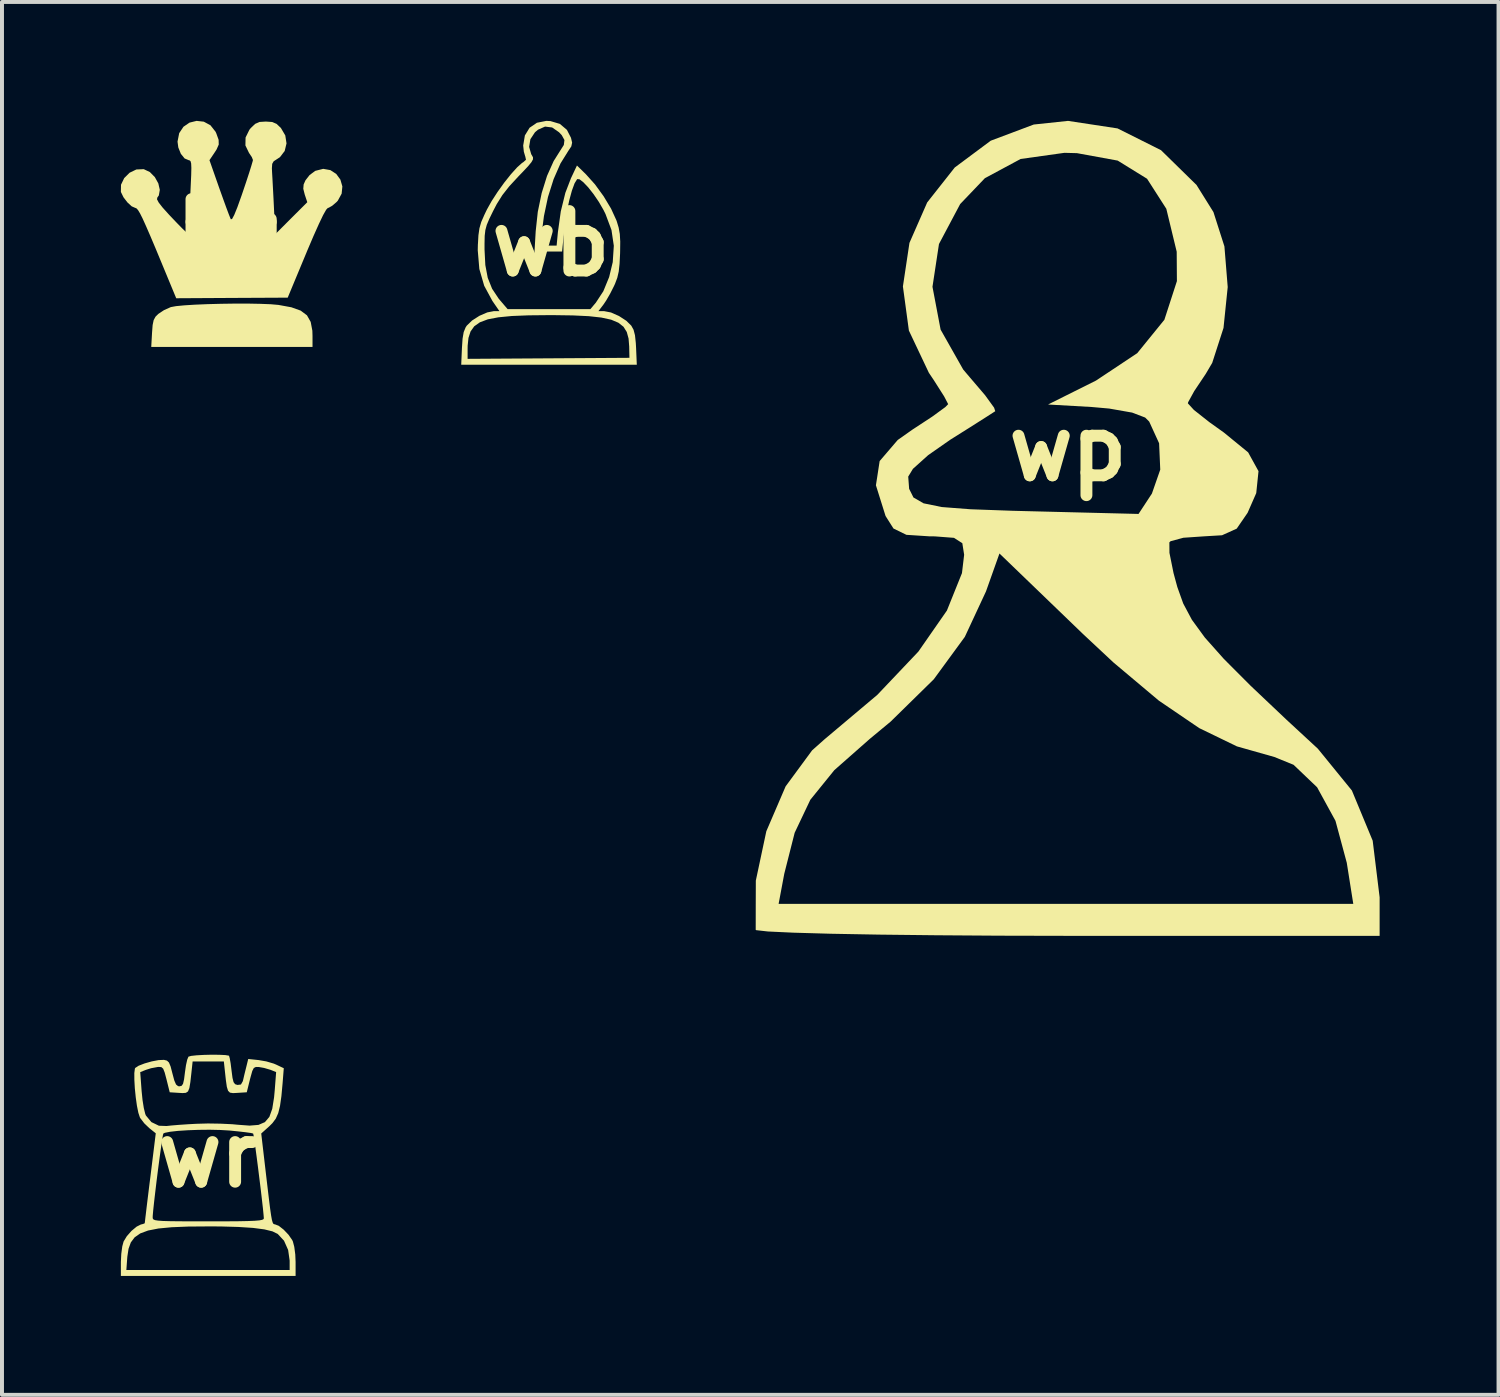
<source format=kicad_pcb>
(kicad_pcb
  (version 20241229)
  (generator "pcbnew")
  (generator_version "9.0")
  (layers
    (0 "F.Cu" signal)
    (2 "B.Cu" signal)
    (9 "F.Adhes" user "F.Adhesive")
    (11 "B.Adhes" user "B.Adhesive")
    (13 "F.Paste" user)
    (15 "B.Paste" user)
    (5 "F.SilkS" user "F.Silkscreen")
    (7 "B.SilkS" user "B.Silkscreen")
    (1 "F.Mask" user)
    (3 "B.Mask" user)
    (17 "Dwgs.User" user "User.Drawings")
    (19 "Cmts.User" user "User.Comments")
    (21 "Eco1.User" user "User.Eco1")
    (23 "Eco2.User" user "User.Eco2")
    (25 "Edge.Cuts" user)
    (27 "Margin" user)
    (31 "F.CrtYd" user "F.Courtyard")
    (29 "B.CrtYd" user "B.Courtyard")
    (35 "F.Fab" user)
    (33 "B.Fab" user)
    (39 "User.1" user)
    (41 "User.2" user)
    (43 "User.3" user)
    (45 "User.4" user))
  (footprint "wr"
    (layer "F.Cu")
    (at 2.204 26.087)
    (property "Reference" "wr" (at 0 0 0) (layer "F.SilkS") (effects (font (size 1.5 1.5) (thickness 0.3))))
    (attr board_only exclude_from_pos_files exclude_from_bom)
    (fp_poly (pts (xy 0.278 -2.524) (xy 0.43 -2.517) (xy 0.516 -2.503) (xy 0.525 -2.498) (xy 0.542 -2.439) (xy 0.565 -2.309) (xy 0.587 -2.134) (xy 0.588 -2.126) (xy 0.612 -1.941) (xy 0.639 -1.834) (xy 0.678 -1.782) (xy 0.737 -1.763) (xy 0.825 -1.774) (xy 0.872 -1.857) (xy 0.88 -1.888) (xy 0.914 -2.034) (xy 0.956 -2.203) (xy 0.961 -2.223) (xy 1.009 -2.418) (xy 1.269 -2.391) (xy 1.465 -2.357) (xy 1.655 -2.301) (xy 1.718 -2.274) (xy 1.906 -2.185) (xy 1.876 -1.806) (xy 1.846 -1.48) (xy 1.811 -1.234) (xy 1.766 -1.052) (xy 1.704 -0.913) (xy 1.62 -0.8) (xy 1.543 -0.723) (xy 1.337 -0.538) (xy 1.449 0.42) (xy 1.496 0.819) (xy 1.533 1.129) (xy 1.562 1.361) (xy 1.586 1.528) (xy 1.606 1.639) (xy 1.625 1.706) (xy 1.643 1.74) (xy 1.664 1.752) (xy 1.681 1.753) (xy 1.779 1.791) (xy 1.903 1.888) (xy 2.025 2.016) (xy 2.118 2.15) (xy 2.136 2.188) (xy 2.171 2.323) (xy 2.196 2.515) (xy 2.204 2.704) (xy 2.204 3.056) (xy 0 3.056) (xy -2.204 3.056) (xy -2.204 2.906) (xy -2.066 2.906) (xy -0.006 2.906) (xy 2.054 2.906) (xy 2.054 2.668) (xy 2.016 2.401) (xy 1.912 2.167) (xy 1.753 1.996) (xy 1.62 1.931) (xy 1.415 1.881) (xy 1.132 1.844) (xy 0.764 1.82) (xy 0.307 1.807) (xy 0 1.806) (xy -0.507 1.81) (xy -0.923 1.827) (xy -1.257 1.859) (xy -1.518 1.91) (xy -1.715 1.983) (xy -1.857 2.082) (xy -1.953 2.21) (xy -2.011 2.371) (xy -2.041 2.569) (xy -2.044 2.604) (xy -2.066 2.906) (xy -2.204 2.906) (xy -2.204 2.704) (xy -2.194 2.498) (xy -2.169 2.31) (xy -2.136 2.188) (xy -2.055 2.054) (xy -1.936 1.919) (xy -1.807 1.812) (xy -1.696 1.756) (xy -1.674 1.753) (xy -1.609 1.732) (xy -1.601 1.716) (xy -1.594 1.657) (xy -1.585 1.578) (xy -1.402 1.578) (xy -1.399 1.607) (xy -1.383 1.63) (xy -1.342 1.648) (xy -1.266 1.66) (xy -1.144 1.669) (xy -0.965 1.674) (xy -0.718 1.677) (xy -0.391 1.678) (xy -0.000013 1.678) (xy 0.416 1.678) (xy 0.743 1.676) (xy 0.991 1.671) (xy 1.169 1.664) (xy 1.289 1.654) (xy 1.361 1.64) (xy 1.395 1.622) (xy 1.403 1.603) (xy 1.396 1.515) (xy 1.38 1.352) (xy 1.355 1.133) (xy 1.325 0.874) (xy 1.29 0.594) (xy 1.255 0.311) (xy 1.22 0.042) (xy 1.188 -0.195) (xy 1.161 -0.382) (xy 1.142 -0.502) (xy 1.133 -0.537) (xy 1.077 -0.551) (xy 0.941 -0.57) (xy 0.747 -0.592) (xy 0.537 -0.613) (xy 0.303 -0.627) (xy 0.035 -0.633) (xy -0.245 -0.63) (xy -0.518 -0.62) (xy -0.764 -0.604) (xy -0.962 -0.582) (xy -1.093 -0.556) (xy -1.133 -0.537) (xy -1.146 -0.483) (xy -1.168 -0.346) (xy -1.197 -0.146) (xy -1.231 0.1) (xy -1.267 0.373) (xy -1.303 0.657) (xy -1.336 0.932) (xy -1.365 1.182) (xy -1.387 1.387) (xy -1.4 1.531) (xy -1.402 1.578) (xy -1.585 1.578) (xy -1.577 1.514) (xy -1.552 1.301) (xy -1.519 1.032) (xy -1.481 0.723) (xy -1.461 0.568) (xy -1.324 -0.543) (xy -1.488 -0.674) (xy -1.614 -0.795) (xy -1.713 -0.924) (xy -1.725 -0.945) (xy -1.763 -1.06) (xy -1.799 -1.237) (xy -1.829 -1.451) (xy -1.852 -1.677) (xy -1.864 -1.89) (xy -1.865 -2.063) (xy -1.862 -2.087) (xy -1.716 -2.087) (xy -1.681 -1.61) (xy -1.658 -1.384) (xy -1.626 -1.182) (xy -1.59 -1.035) (xy -1.574 -0.994) (xy -1.435 -0.826) (xy -1.244 -0.734) (xy -1.052 -0.727) (xy -0.931 -0.74) (xy -0.738 -0.756) (xy -0.502 -0.772) (xy -0.301 -0.783) (xy -0.006 -0.791) (xy 0.312 -0.786) (xy 0.606 -0.772) (xy 0.745 -0.759) (xy 1.043 -0.737) (xy 1.267 -0.755) (xy 1.43 -0.825) (xy 1.542 -0.957) (xy 1.615 -1.161) (xy 1.661 -1.449) (xy 1.678 -1.633) (xy 1.713 -2.088) (xy 1.57 -2.145) (xy 1.41 -2.192) (xy 1.281 -2.215) (xy 1.202 -2.217) (xy 1.15 -2.191) (xy 1.111 -2.115) (xy 1.07 -1.968) (xy 1.053 -1.904) (xy 0.972 -1.578) (xy 0.738 -1.563) (xy 0.624 -1.557) (xy 0.548 -1.569) (xy 0.5 -1.616) (xy 0.469 -1.716) (xy 0.445 -1.884) (xy 0.425 -2.067) (xy 0.394 -2.355) (xy 0 -2.355) (xy -0.394 -2.355) (xy -0.425 -2.067) (xy -0.451 -1.835) (xy -0.476 -1.685) (xy -0.51 -1.6) (xy -0.564 -1.564) (xy -0.648 -1.558) (xy -0.738 -1.563) (xy -0.972 -1.578) (xy -1.053 -1.904) (xy -1.099 -2.077) (xy -1.137 -2.173) (xy -1.183 -2.213) (xy -1.252 -2.218) (xy -1.281 -2.215) (xy -1.442 -2.185) (xy -1.572 -2.144) (xy -1.716 -2.087) (xy -1.862 -2.087) (xy -1.851 -2.173) (xy -1.842 -2.192) (xy -1.756 -2.248) (xy -1.606 -2.306) (xy -1.426 -2.357) (xy -1.252 -2.39) (xy -1.119 -2.396) (xy -1.117 -2.396) (xy -1.042 -2.377) (xy -0.991 -2.329) (xy -0.949 -2.228) (xy -0.904 -2.054) (xy -0.856 -1.875) (xy -0.812 -1.774) (xy -0.761 -1.733) (xy -0.726 -1.728) (xy -0.672 -1.741) (xy -0.636 -1.792) (xy -0.61 -1.904) (xy -0.588 -2.078) (xy -0.562 -2.259) (xy -0.53 -2.402) (xy -0.499 -2.477) (xy -0.498 -2.477) (xy -0.432 -2.496) (xy -0.294 -2.511) (xy -0.112 -2.521) (xy 0.088 -2.526)) (stroke (width 0) (type solid)) (fill yes) (layer "F.SilkS")))
  (footprint "wp"
    (layer "F.Cu")
    (at 23.897 8.265)
    (property "Reference" "wp" (at 0 0 0) (layer "F.SilkS") (effects (font (size 1.5 1.5) (thickness 0.3))))
    (attr board_only exclude_from_pos_files exclude_from_bom)
    (fp_poly (pts (xy 1.249 -8.075) (xy 2.346 -7.526) (xy 3.242 -6.648) (xy 3.669 -5.964) (xy 3.946 -5.098) (xy 4.029 -4.072) (xy 3.923 -3.041) (xy 3.638 -2.159) (xy 3.473 -1.879) (xy 3.184 -1.447) (xy 3.031 -1.168) (xy 3.024 -1.138) (xy 3.176 -0.972) (xy 3.567 -0.663) (xy 3.931 -0.403) (xy 4.544 0.098) (xy 4.806 0.573) (xy 4.749 1.126) (xy 4.531 1.623) (xy 4.256 2.023) (xy 3.886 2.19) (xy 3.434 2.217) (xy 2.909 2.253) (xy 2.588 2.34) (xy 2.557 2.369) (xy 2.559 2.634) (xy 2.662 3.144) (xy 2.758 3.497) (xy 2.907 3.913) (xy 3.125 4.322) (xy 3.453 4.772) (xy 3.932 5.31) (xy 4.604 5.984) (xy 5.51 6.842) (xy 6.302 7.574) (xy 7.162 8.63) (xy 7.687 9.897) (xy 7.862 11.325) (xy 7.862 12.297) (xy -0.000001 12.297) (xy -1.737 12.293) (xy -3.341 12.282) (xy -4.77 12.266) (xy -5.981 12.244) (xy -6.929 12.217) (xy -7.572 12.187) (xy -7.866 12.154) (xy -7.88 12.146) (xy -7.879 11.49) (xy -7.302 11.49) (xy -0.053 11.49) (xy 7.197 11.49) (xy 7.033 10.453) (xy 6.748 9.395) (xy 6.284 8.548) (xy 5.69 7.981) (xy 5.205 7.784) (xy 4.262 7.517) (xy 3.311 7.056) (xy 2.291 6.362) (xy 1.142 5.396) (xy 0.368 4.672) (xy -1.73 2.65) (xy -2.07 3.607) (xy -2.604 4.754) (xy -3.387 5.824) (xy -4.476 6.892) (xy -5.001 7.327) (xy -5.896 8.116) (xy -6.502 8.864) (xy -6.897 9.696) (xy -7.161 10.737) (xy -7.163 10.75) (xy -7.302 11.49) (xy -7.879 11.49) (xy -7.877 10.903) (xy -7.612 9.658) (xy -7.125 8.525) (xy -6.457 7.617) (xy -6.14 7.335) (xy -4.812 6.217) (xy -3.776 5.125) (xy -3.056 4.09) (xy -2.676 3.145) (xy -2.621 2.682) (xy -2.667 2.39) (xy -2.878 2.255) (xy -3.362 2.218) (xy -3.495 2.217) (xy -4.078 2.179) (xy -4.404 2.02) (xy -4.604 1.704) (xy -4.847 0.929) (xy -4.813 0.71) (xy -4.032 0.71) (xy -4.009 1.018) (xy -3.9 1.237) (xy -3.645 1.384) (xy -3.185 1.478) (xy -2.46 1.534) (xy -1.409 1.572) (xy -1.022 1.582) (xy 1.779 1.652) (xy 2.117 1.137) (xy 2.327 0.534) (xy 2.298 -0.131) (xy 2.048 -0.678) (xy 1.946 -0.78) (xy 1.618 -0.905) (xy 1.038 -1.007) (xy 0.599 -1.046) (xy -0.504 -1.109) (xy 0.706 -1.713) (xy 1.746 -2.404) (xy 2.431 -3.247) (xy 2.747 -4.222) (xy 2.742 -4.964) (xy 2.48 -6.047) (xy 1.994 -6.805) (xy 1.253 -7.263) (xy 0.225 -7.451) (xy -0.091 -7.459) (xy -1.196 -7.304) (xy -2.098 -6.819) (xy -2.721 -6.167) (xy -3.256 -5.159) (xy -3.42 -4.079) (xy -3.215 -2.999) (xy -2.645 -1.992) (xy -2.48 -1.797) (xy -2.093 -1.344) (xy -1.865 -1.029) (xy -1.836 -0.94) (xy -2.036 -0.811) (xy -2.475 -0.532) (xy -2.973 -0.219) (xy -3.53 0.17) (xy -3.913 0.514) (xy -4.032 0.71) (xy -4.813 0.71) (xy -4.753 0.318) (xy -4.297 -0.214) (xy -3.931 -0.472) (xy -3.425 -0.804) (xy -3.096 -1.044) (xy -3.024 -1.118) (xy -3.126 -1.314) (xy -3.384 -1.72) (xy -3.511 -1.909) (xy -4.015 -2.974) (xy -4.166 -4.088) (xy -4.001 -5.187) (xy -3.553 -6.208) (xy -2.858 -7.089) (xy -1.95 -7.765) (xy -0.865 -8.173) (xy -0.000001 -8.265)) (stroke (width 0) (type solid)) (fill yes) (layer "F.SilkS")))
  (footprint "wb"
    (layer "F.Cu")
    (at 10.852 3.097)
    (property "Reference" "wb" (at 0 0 0) (layer "F.SilkS") (effects (font (size 1.5 1.5) (thickness 0.3))))
    (attr board_only exclude_from_pos_files exclude_from_bom)
    (fp_poly (pts (xy -0.014 -3.092) (xy 0.224 -3.021) (xy 0.401 -2.871) (xy 0.504 -2.671) (xy 0.533 -2.549) (xy 0.513 -2.454) (xy 0.437 -2.34) (xy 0.239 -2.022) (xy 0.066 -1.627) (xy -0.076 -1.177) (xy -0.178 -0.696) (xy -0.224 -0.338) (xy -0.259 0.05) (xy -0.058 0.05) (xy 0.142 0.05) (xy 0.174 -0.288) (xy 0.247 -0.813) (xy 0.362 -1.281) (xy 0.504 -1.651) (xy 0.655 -1.971) (xy 0.882 -1.749) (xy 1.109 -1.496) (xy 1.328 -1.195) (xy 1.516 -0.882) (xy 1.649 -0.591) (xy 1.658 -0.567) (xy 1.707 -0.405) (xy 1.736 -0.244) (xy 1.747 -0.051) (xy 1.744 0.204) (xy 1.743 0.25) (xy 1.73 0.511) (xy 1.709 0.704) (xy 1.673 0.86) (xy 1.616 1.012) (xy 1.587 1.075) (xy 1.492 1.263) (xy 1.39 1.439) (xy 1.323 1.538) (xy 1.197 1.703) (xy 1.339 1.703) (xy 1.514 1.737) (xy 1.715 1.826) (xy 1.9 1.946) (xy 2.026 2.07) (xy 2.083 2.173) (xy 2.119 2.311) (xy 2.14 2.509) (xy 2.147 2.634) (xy 2.165 3.056) (xy -0.05 3.056) (xy -2.265 3.056) (xy -2.248 2.654) (xy -2.104 2.654) (xy -2.104 2.907) (xy -0.063 2.894) (xy 1.979 2.881) (xy 1.973 2.594) (xy 1.957 2.394) (xy 1.912 2.23) (xy 1.83 2.098) (xy 1.701 1.996) (xy 1.518 1.919) (xy 1.27 1.865) (xy 0.951 1.83) (xy 0.551 1.811) (xy 0.062 1.804) (xy -0.05 1.804) (xy -0.565 1.809) (xy -0.988 1.826) (xy -1.328 1.859) (xy -1.594 1.91) (xy -1.794 1.985) (xy -1.936 2.085) (xy -2.029 2.215) (xy -2.082 2.378) (xy -2.103 2.577) (xy -2.104 2.654) (xy -2.248 2.654) (xy -2.247 2.634) (xy -2.231 2.397) (xy -2.203 2.233) (xy -2.156 2.117) (xy -2.126 2.07) (xy -1.992 1.94) (xy -1.806 1.821) (xy -1.607 1.735) (xy -1.441 1.703) (xy -1.301 1.703) (xy -1.478 1.447) (xy -1.685 1.064) (xy -1.808 0.64) (xy -1.848 0.167) (xy -1.845 0.026) (xy -1.843 -0.00009) (xy -1.677 -0.00009) (xy -1.677 0.147) (xy -1.657 0.54) (xy -1.596 0.863) (xy -1.486 1.138) (xy -1.32 1.388) (xy -1.273 1.444) (xy -1.094 1.653) (xy -0.051 1.653) (xy 0.993 1.653) (xy 1.131 1.49) (xy 1.32 1.202) (xy 1.467 0.844) (xy 1.558 0.466) (xy 1.585 0.054) (xy 1.526 -0.344) (xy 1.375 -0.748) (xy 1.322 -0.854) (xy 1.205 -1.056) (xy 1.073 -1.25) (xy 0.939 -1.42) (xy 0.816 -1.549) (xy 0.719 -1.624) (xy 0.66 -1.628) (xy 0.595 -1.522) (xy 0.527 -1.336) (xy 0.461 -1.093) (xy 0.401 -0.812) (xy 0.354 -0.516) (xy 0.337 -0.367) (xy 0.28 0.2) (xy -0.068 0.2) (xy -0.416 0.2) (xy -0.386 -0.313) (xy -0.333 -0.803) (xy -0.235 -1.276) (xy -0.1 -1.709) (xy 0.067 -2.083) (xy 0.227 -2.337) (xy 0.324 -2.49) (xy 0.339 -2.614) (xy 0.271 -2.737) (xy 0.204 -2.809) (xy 0.029 -2.931) (xy -0.15 -2.953) (xy -0.328 -2.875) (xy -0.405 -2.809) (xy -0.52 -2.635) (xy -0.552 -2.441) (xy -0.499 -2.256) (xy -0.48 -2.225) (xy -0.454 -2.177) (xy -0.455 -2.125) (xy -0.493 -2.056) (xy -0.577 -1.954) (xy -0.717 -1.805) (xy -0.825 -1.693) (xy -1.053 -1.446) (xy -1.226 -1.226) (xy -1.369 -0.998) (xy -1.46 -0.823) (xy -1.557 -0.624) (xy -1.62 -0.475) (xy -1.656 -0.343) (xy -1.673 -0.196) (xy -1.677 -0.00009) (xy -1.843 -0.00009) (xy -1.831 -0.21) (xy -1.806 -0.387) (xy -1.76 -0.546) (xy -1.681 -0.727) (xy -1.617 -0.86) (xy -1.498 -1.073) (xy -1.347 -1.306) (xy -1.179 -1.54) (xy -1.01 -1.752) (xy -0.855 -1.924) (xy -0.73 -2.036) (xy -0.699 -2.055) (xy -0.631 -2.116) (xy -0.649 -2.199) (xy -0.651 -2.203) (xy -0.685 -2.318) (xy -0.701 -2.468) (xy -0.701 -2.479) (xy -0.659 -2.73) (xy -0.54 -2.924) (xy -0.355 -3.05) (xy -0.118 -3.097)) (stroke (width 0) (type solid)) (fill yes) (layer "F.SilkS")))
  (footprint "bq"
    (layer "F.Cu")
    (at 2.781 2.797)
    (property "Reference" "bq" (at 0 0 0) (layer "F.SilkS") (effects (font (size 1.5 1.5) (thickness 0.3))))
    (attr board_only exclude_from_pos_files exclude_from_bom)
    (fp_poly (pts (xy 0.431 1.813) (xy 0.739 1.819) (xy 0.999 1.829) (xy 1.192 1.846) (xy 1.198 1.847) (xy 1.521 1.906) (xy 1.755 1.99) (xy 1.914 2.109) (xy 2.008 2.275) (xy 2.05 2.497) (xy 2.054 2.628) (xy 2.054 2.906) (xy 0.019 2.906) (xy -2.015 2.906) (xy -1.995 2.549) (xy -1.98 2.354) (xy -1.954 2.229) (xy -1.907 2.143) (xy -1.839 2.075) (xy -1.695 1.979) (xy -1.528 1.904) (xy -1.515 1.9) (xy -1.389 1.877) (xy -1.182 1.857) (xy -0.911 1.84) (xy -0.596 1.827) (xy -0.255 1.818) (xy 0.094 1.813)) (stroke (width 0) (type solid)) (fill yes) (layer "F.SilkS"))
    (fp_poly (pts (xy -0.689 -2.777) (xy -0.522 -2.687) (xy -0.393 -2.524) (xy -0.372 -2.478) (xy -0.315 -2.319) (xy -0.312 -2.2) (xy -0.367 -2.075) (xy -0.424 -1.987) (xy -0.546 -1.806) (xy -0.297 -1.096) (xy -0.206 -0.842) (xy -0.125 -0.618) (xy -0.059 -0.442) (xy -0.016 -0.334) (xy -0.006 -0.313) (xy 0.025 -0.323) (xy 0.079 -0.424) (xy 0.158 -0.618) (xy 0.261 -0.906) (xy 0.293 -0.999) (xy 0.381 -1.26) (xy 0.456 -1.489) (xy 0.512 -1.669) (xy 0.545 -1.782) (xy 0.551 -1.811) (xy 0.522 -1.884) (xy 0.453 -1.987) (xy 0.451 -1.99) (xy 0.361 -2.177) (xy 0.365 -2.378) (xy 0.462 -2.574) (xy 0.497 -2.617) (xy 0.607 -2.722) (xy 0.718 -2.77) (xy 0.877 -2.78) (xy 1.037 -2.769) (xy 1.148 -2.721) (xy 1.257 -2.617) (xy 1.367 -2.43) (xy 1.398 -2.229) (xy 1.352 -2.038) (xy 1.233 -1.882) (xy 1.151 -1.828) (xy 1.074 -1.778) (xy 1.037 -1.713) (xy 1.029 -1.601) (xy 1.034 -1.493) (xy 1.043 -1.338) (xy 1.055 -1.113) (xy 1.069 -0.849) (xy 1.082 -0.582) (xy 1.113 0.064) (xy 1.517 -0.341) (xy 1.922 -0.745) (xy 1.857 -0.941) (xy 1.821 -1.084) (xy 1.83 -1.193) (xy 1.876 -1.297) (xy 1.98 -1.43) (xy 2.119 -1.533) (xy 2.126 -1.537) (xy 2.324 -1.587) (xy 2.504 -1.555) (xy 2.652 -1.459) (xy 2.757 -1.316) (xy 2.807 -1.144) (xy 2.789 -0.961) (xy 2.693 -0.785) (xy 2.659 -0.748) (xy 2.55 -0.655) (xy 2.46 -0.604) (xy 2.441 -0.601) (xy 2.398 -0.555) (xy 2.321 -0.419) (xy 2.215 -0.197) (xy 2.079 0.107) (xy 1.917 0.487) (xy 1.899 0.531) (xy 1.428 1.663) (xy 0.021 1.67) (xy -1.385 1.678) (xy -1.727 0.852) (xy -1.898 0.439) (xy -2.037 0.11) (xy -2.147 -0.143) (xy -2.232 -0.331) (xy -2.297 -0.461) (xy -2.347 -0.544) (xy -2.385 -0.588) (xy -2.415 -0.601) (xy -2.417 -0.601) (xy -2.508 -0.641) (xy -2.616 -0.74) (xy -2.715 -0.869) (xy -2.777 -0.996) (xy -2.781 -1.009) (xy -2.778 -1.186) (xy -2.698 -1.353) (xy -2.561 -1.489) (xy -2.391 -1.571) (xy -2.208 -1.579) (xy -2.202 -1.578) (xy -2.05 -1.506) (xy -1.924 -1.378) (xy -1.836 -1.219) (xy -1.799 -1.057) (xy -1.824 -0.915) (xy -1.861 -0.864) (xy -1.87 -0.819) (xy -1.827 -0.737) (xy -1.728 -0.61) (xy -1.563 -0.427) (xy -1.529 -0.391) (xy -1.37 -0.224) (xy -1.234 -0.085) (xy -1.137 0.008) (xy -1.096 0.042) (xy -1.072 0.006) (xy -1.057 -0.105) (xy -1.052 -0.234) (xy -1.049 -0.401) (xy -1.042 -0.636) (xy -1.031 -0.907) (xy -1.019 -1.165) (xy -1.007 -1.43) (xy -1.003 -1.61) (xy -1.008 -1.722) (xy -1.024 -1.781) (xy -1.051 -1.802) (xy -1.066 -1.804) (xy -1.173 -1.849) (xy -1.268 -1.966) (xy -1.332 -2.126) (xy -1.352 -2.274) (xy -1.31 -2.487) (xy -1.203 -2.648) (xy -1.05 -2.753) (xy -0.871 -2.797)) (stroke (width 0) (type solid)) (fill yes) (layer "F.SilkS")))
  (gr_rect
    (start -3 -3)
    (end 34.759 32.143)
    (stroke (width 0.1) (type default))
    (fill no)
    (layer "Edge.Cuts")))
</source>
